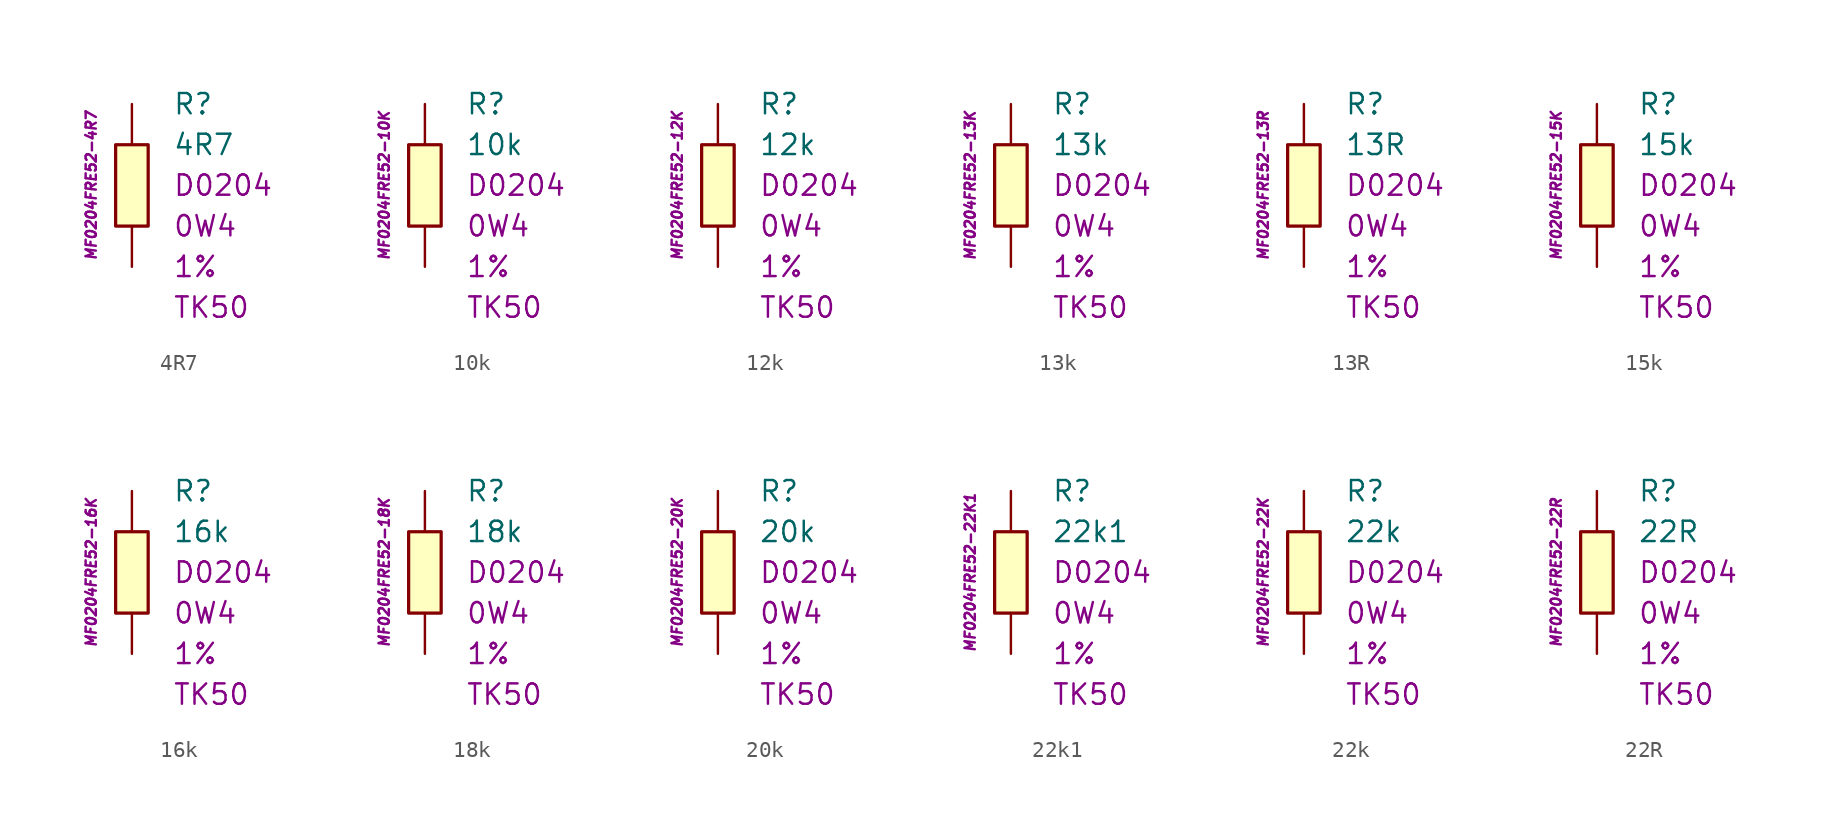
<source format=kicad_sym>
(kicad_symbol_lib
  (version 20201005)
  (generator kicad_symbol_editor)
  (symbol "4R7"
    (pin_numbers hide)
    (pin_names
      (offset 1.016) hide)
    (property "Reference" "R"
      (at 2.54 5.08 0)
      (effects (font (size 1.27 1.27)) (justify left)))
    (property "Value" "4R7"
      (at 2.54 2.54 0)
      (effects (font (size 1.27 1.27)) (justify left)))
    (property "Package" "D0204"
      (at 2.54 0 0)
      (effects (font (size 1.27 1.27)) (justify left)))
    (property "Power" "0W4"
      (at 2.54 -2.54 0)
      (effects (font (size 1.27 1.27)) (justify left)))
    (property "Tolerance" "1%"
      (at 2.54 -5.08 0)
      (effects (font (size 1.27 1.27)) (justify left)))
    (property "TK" "TK50"
      (at 2.54 -7.62 0)
      (effects (font (size 1.27 1.27)) (justify left)))
    (property "ID" "MF0204FRE52-4R7"
      (at -2.54 0 90)
      (effects (font (size 0.635 0.635) italic)))
    (symbol "4R7_0_1"
      (rectangle (start -1.016 2.54) (end 1.016 -2.54) (stroke (width 0.203)) (fill (type background))))
    (symbol "4R7_1_1"
      (pin passive line (at 0 5.08 270) (length 2.54) (name "~" (effects (font (size 1.778 1.778)))) (number "1" (effects (font (size 1.778 1.778)))))
      (pin passive line (at 0 -5.08 90) (length 2.54) (name "~" (effects (font (size 1.778 1.778)))) (number "2" (effects (font (size 1.778 1.778)))))))
  (symbol "10k"
    (pin_numbers hide)
    (pin_names
      (offset 1.016) hide)
    (property "Reference" "R"
      (at 2.54 5.08 0)
      (effects (font (size 1.27 1.27)) (justify left)))
    (property "Value" "10k"
      (at 2.54 2.54 0)
      (effects (font (size 1.27 1.27)) (justify left)))
    (property "Package" "D0204"
      (at 2.54 0 0)
      (effects (font (size 1.27 1.27)) (justify left)))
    (property "Power" "0W4"
      (at 2.54 -2.54 0)
      (effects (font (size 1.27 1.27)) (justify left)))
    (property "Tolerance" "1%"
      (at 2.54 -5.08 0)
      (effects (font (size 1.27 1.27)) (justify left)))
    (property "TK" "TK50"
      (at 2.54 -7.62 0)
      (effects (font (size 1.27 1.27)) (justify left)))
    (property "ID" "MF0204FRE52-10K"
      (at -2.54 0 90)
      (effects (font (size 0.635 0.635) italic)))
    (symbol "10k_0_1"
      (rectangle (start -1.016 2.54) (end 1.016 -2.54) (stroke (width 0.203)) (fill (type background))))
    (symbol "10k_1_1"
      (pin passive line (at 0 5.08 270) (length 2.54) (name "~" (effects (font (size 1.778 1.778)))) (number "1" (effects (font (size 1.778 1.778)))))
      (pin passive line (at 0 -5.08 90) (length 2.54) (name "~" (effects (font (size 1.778 1.778)))) (number "2" (effects (font (size 1.778 1.778)))))))
  (symbol "12k"
    (pin_numbers hide)
    (pin_names
      (offset 1.016) hide)
    (property "Reference" "R"
      (at 2.54 5.08 0)
      (effects (font (size 1.27 1.27)) (justify left)))
    (property "Value" "12k"
      (at 2.54 2.54 0)
      (effects (font (size 1.27 1.27)) (justify left)))
    (property "Package" "D0204"
      (at 2.54 0 0)
      (effects (font (size 1.27 1.27)) (justify left)))
    (property "Power" "0W4"
      (at 2.54 -2.54 0)
      (effects (font (size 1.27 1.27)) (justify left)))
    (property "Tolerance" "1%"
      (at 2.54 -5.08 0)
      (effects (font (size 1.27 1.27)) (justify left)))
    (property "TK" "TK50"
      (at 2.54 -7.62 0)
      (effects (font (size 1.27 1.27)) (justify left)))
    (property "ID" "MF0204FRE52-12K"
      (at -2.54 0 90)
      (effects (font (size 0.635 0.635) italic)))
    (symbol "12k_0_1"
      (rectangle (start -1.016 2.54) (end 1.016 -2.54) (stroke (width 0.203)) (fill (type background))))
    (symbol "12k_1_1"
      (pin passive line (at 0 5.08 270) (length 2.54) (name "~" (effects (font (size 1.778 1.778)))) (number "1" (effects (font (size 1.778 1.778)))))
      (pin passive line (at 0 -5.08 90) (length 2.54) (name "~" (effects (font (size 1.778 1.778)))) (number "2" (effects (font (size 1.778 1.778)))))))
  (symbol "13k"
    (pin_numbers hide)
    (pin_names
      (offset 1.016) hide)
    (property "Reference" "R"
      (at 2.54 5.08 0)
      (effects (font (size 1.27 1.27)) (justify left)))
    (property "Value" "13k"
      (at 2.54 2.54 0)
      (effects (font (size 1.27 1.27)) (justify left)))
    (property "Package" "D0204"
      (at 2.54 0 0)
      (effects (font (size 1.27 1.27)) (justify left)))
    (property "Power" "0W4"
      (at 2.54 -2.54 0)
      (effects (font (size 1.27 1.27)) (justify left)))
    (property "Tolerance" "1%"
      (at 2.54 -5.08 0)
      (effects (font (size 1.27 1.27)) (justify left)))
    (property "TK" "TK50"
      (at 2.54 -7.62 0)
      (effects (font (size 1.27 1.27)) (justify left)))
    (property "ID" "MF0204FRE52-13K"
      (at -2.54 0 90)
      (effects (font (size 0.635 0.635) italic)))
    (symbol "13k_0_1"
      (rectangle (start -1.016 2.54) (end 1.016 -2.54) (stroke (width 0.203)) (fill (type background))))
    (symbol "13k_1_1"
      (pin passive line (at 0 5.08 270) (length 2.54) (name "~" (effects (font (size 1.778 1.778)))) (number "1" (effects (font (size 1.778 1.778)))))
      (pin passive line (at 0 -5.08 90) (length 2.54) (name "~" (effects (font (size 1.778 1.778)))) (number "2" (effects (font (size 1.778 1.778)))))))
  (symbol "13R"
    (pin_numbers hide)
    (pin_names
      (offset 1.016) hide)
    (property "Reference" "R"
      (at 2.54 5.08 0)
      (effects (font (size 1.27 1.27)) (justify left)))
    (property "Value" "13R"
      (at 2.54 2.54 0)
      (effects (font (size 1.27 1.27)) (justify left)))
    (property "Package" "D0204"
      (at 2.54 0 0)
      (effects (font (size 1.27 1.27)) (justify left)))
    (property "Power" "0W4"
      (at 2.54 -2.54 0)
      (effects (font (size 1.27 1.27)) (justify left)))
    (property "Tolerance" "1%"
      (at 2.54 -5.08 0)
      (effects (font (size 1.27 1.27)) (justify left)))
    (property "TK" "TK50"
      (at 2.54 -7.62 0)
      (effects (font (size 1.27 1.27)) (justify left)))
    (property "ID" "MF0204FRE52-13R"
      (at -2.54 0 90)
      (effects (font (size 0.635 0.635) italic)))
    (symbol "13R_0_1"
      (rectangle (start -1.016 2.54) (end 1.016 -2.54) (stroke (width 0.203)) (fill (type background))))
    (symbol "13R_1_1"
      (pin passive line (at 0 5.08 270) (length 2.54) (name "~" (effects (font (size 1.778 1.778)))) (number "1" (effects (font (size 1.778 1.778)))))
      (pin passive line (at 0 -5.08 90) (length 2.54) (name "~" (effects (font (size 1.778 1.778)))) (number "2" (effects (font (size 1.778 1.778)))))))
  (symbol "15k"
    (pin_numbers hide)
    (pin_names
      (offset 1.016) hide)
    (property "Reference" "R"
      (at 2.54 5.08 0)
      (effects (font (size 1.27 1.27)) (justify left)))
    (property "Value" "15k"
      (at 2.54 2.54 0)
      (effects (font (size 1.27 1.27)) (justify left)))
    (property "Package" "D0204"
      (at 2.54 0 0)
      (effects (font (size 1.27 1.27)) (justify left)))
    (property "Power" "0W4"
      (at 2.54 -2.54 0)
      (effects (font (size 1.27 1.27)) (justify left)))
    (property "Tolerance" "1%"
      (at 2.54 -5.08 0)
      (effects (font (size 1.27 1.27)) (justify left)))
    (property "TK" "TK50"
      (at 2.54 -7.62 0)
      (effects (font (size 1.27 1.27)) (justify left)))
    (property "ID" "MF0204FRE52-15K"
      (at -2.54 0 90)
      (effects (font (size 0.635 0.635) italic)))
    (symbol "15k_0_1"
      (rectangle (start -1.016 2.54) (end 1.016 -2.54) (stroke (width 0.203)) (fill (type background))))
    (symbol "15k_1_1"
      (pin passive line (at 0 5.08 270) (length 2.54) (name "~" (effects (font (size 1.778 1.778)))) (number "1" (effects (font (size 1.778 1.778)))))
      (pin passive line (at 0 -5.08 90) (length 2.54) (name "~" (effects (font (size 1.778 1.778)))) (number "2" (effects (font (size 1.778 1.778)))))))
  (symbol "16k"
    (pin_numbers hide)
    (pin_names
      (offset 1.016) hide)
    (property "Reference" "R"
      (at 2.54 5.08 0)
      (effects (font (size 1.27 1.27)) (justify left)))
    (property "Value" "16k"
      (at 2.54 2.54 0)
      (effects (font (size 1.27 1.27)) (justify left)))
    (property "Package" "D0204"
      (at 2.54 0 0)
      (effects (font (size 1.27 1.27)) (justify left)))
    (property "Power" "0W4"
      (at 2.54 -2.54 0)
      (effects (font (size 1.27 1.27)) (justify left)))
    (property "Tolerance" "1%"
      (at 2.54 -5.08 0)
      (effects (font (size 1.27 1.27)) (justify left)))
    (property "TK" "TK50"
      (at 2.54 -7.62 0)
      (effects (font (size 1.27 1.27)) (justify left)))
    (property "ID" "MF0204FRE52-16K"
      (at -2.54 0 90)
      (effects (font (size 0.635 0.635) italic)))
    (symbol "16k_0_1"
      (rectangle (start -1.016 2.54) (end 1.016 -2.54) (stroke (width 0.203)) (fill (type background))))
    (symbol "16k_1_1"
      (pin passive line (at 0 5.08 270) (length 2.54) (name "~" (effects (font (size 1.778 1.778)))) (number "1" (effects (font (size 1.778 1.778)))))
      (pin passive line (at 0 -5.08 90) (length 2.54) (name "~" (effects (font (size 1.778 1.778)))) (number "2" (effects (font (size 1.778 1.778)))))))
  (symbol "18k"
    (pin_numbers hide)
    (pin_names
      (offset 1.016) hide)
    (property "Reference" "R"
      (at 2.54 5.08 0)
      (effects (font (size 1.27 1.27)) (justify left)))
    (property "Value" "18k"
      (at 2.54 2.54 0)
      (effects (font (size 1.27 1.27)) (justify left)))
    (property "Package" "D0204"
      (at 2.54 0 0)
      (effects (font (size 1.27 1.27)) (justify left)))
    (property "Power" "0W4"
      (at 2.54 -2.54 0)
      (effects (font (size 1.27 1.27)) (justify left)))
    (property "Tolerance" "1%"
      (at 2.54 -5.08 0)
      (effects (font (size 1.27 1.27)) (justify left)))
    (property "TK" "TK50"
      (at 2.54 -7.62 0)
      (effects (font (size 1.27 1.27)) (justify left)))
    (property "ID" "MF0204FRE52-18K"
      (at -2.54 0 90)
      (effects (font (size 0.635 0.635) italic)))
    (symbol "18k_0_1"
      (rectangle (start -1.016 2.54) (end 1.016 -2.54) (stroke (width 0.203)) (fill (type background))))
    (symbol "18k_1_1"
      (pin passive line (at 0 5.08 270) (length 2.54) (name "~" (effects (font (size 1.778 1.778)))) (number "1" (effects (font (size 1.778 1.778)))))
      (pin passive line (at 0 -5.08 90) (length 2.54) (name "~" (effects (font (size 1.778 1.778)))) (number "2" (effects (font (size 1.778 1.778)))))))
  (symbol "20k"
    (pin_numbers hide)
    (pin_names
      (offset 1.016) hide)
    (property "Reference" "R"
      (at 2.54 5.08 0)
      (effects (font (size 1.27 1.27)) (justify left)))
    (property "Value" "20k"
      (at 2.54 2.54 0)
      (effects (font (size 1.27 1.27)) (justify left)))
    (property "Package" "D0204"
      (at 2.54 0 0)
      (effects (font (size 1.27 1.27)) (justify left)))
    (property "Power" "0W4"
      (at 2.54 -2.54 0)
      (effects (font (size 1.27 1.27)) (justify left)))
    (property "Tolerance" "1%"
      (at 2.54 -5.08 0)
      (effects (font (size 1.27 1.27)) (justify left)))
    (property "TK" "TK50"
      (at 2.54 -7.62 0)
      (effects (font (size 1.27 1.27)) (justify left)))
    (property "ID" "MF0204FRE52-20K"
      (at -2.54 0 90)
      (effects (font (size 0.635 0.635) italic)))
    (symbol "20k_0_1"
      (rectangle (start -1.016 2.54) (end 1.016 -2.54) (stroke (width 0.203)) (fill (type background))))
    (symbol "20k_1_1"
      (pin passive line (at 0 5.08 270) (length 2.54) (name "~" (effects (font (size 1.778 1.778)))) (number "1" (effects (font (size 1.778 1.778)))))
      (pin passive line (at 0 -5.08 90) (length 2.54) (name "~" (effects (font (size 1.778 1.778)))) (number "2" (effects (font (size 1.778 1.778)))))))
  (symbol "22k1"
    (pin_numbers hide)
    (pin_names
      (offset 1.016) hide)
    (property "Reference" "R"
      (at 2.54 5.08 0)
      (effects (font (size 1.27 1.27)) (justify left)))
    (property "Value" "22k1"
      (at 2.54 2.54 0)
      (effects (font (size 1.27 1.27)) (justify left)))
    (property "Package" "D0204"
      (at 2.54 0 0)
      (effects (font (size 1.27 1.27)) (justify left)))
    (property "Power" "0W4"
      (at 2.54 -2.54 0)
      (effects (font (size 1.27 1.27)) (justify left)))
    (property "Tolerance" "1%"
      (at 2.54 -5.08 0)
      (effects (font (size 1.27 1.27)) (justify left)))
    (property "TK" "TK50"
      (at 2.54 -7.62 0)
      (effects (font (size 1.27 1.27)) (justify left)))
    (property "ID" "MF0204FRE52-22K1"
      (at -2.54 0 90)
      (effects (font (size 0.635 0.635) italic)))
    (symbol "22k1_0_1"
      (rectangle (start -1.016 2.54) (end 1.016 -2.54) (stroke (width 0.203)) (fill (type background))))
    (symbol "22k1_1_1"
      (pin passive line (at 0 5.08 270) (length 2.54) (name "~" (effects (font (size 1.778 1.778)))) (number "1" (effects (font (size 1.778 1.778)))))
      (pin passive line (at 0 -5.08 90) (length 2.54) (name "~" (effects (font (size 1.778 1.778)))) (number "2" (effects (font (size 1.778 1.778)))))))
  (symbol "22k"
    (pin_numbers hide)
    (pin_names
      (offset 1.016) hide)
    (property "Reference" "R"
      (at 2.54 5.08 0)
      (effects (font (size 1.27 1.27)) (justify left)))
    (property "Value" "22k"
      (at 2.54 2.54 0)
      (effects (font (size 1.27 1.27)) (justify left)))
    (property "Package" "D0204"
      (at 2.54 0 0)
      (effects (font (size 1.27 1.27)) (justify left)))
    (property "Power" "0W4"
      (at 2.54 -2.54 0)
      (effects (font (size 1.27 1.27)) (justify left)))
    (property "Tolerance" "1%"
      (at 2.54 -5.08 0)
      (effects (font (size 1.27 1.27)) (justify left)))
    (property "TK" "TK50"
      (at 2.54 -7.62 0)
      (effects (font (size 1.27 1.27)) (justify left)))
    (property "ID" "MF0204FRE52-22K"
      (at -2.54 0 90)
      (effects (font (size 0.635 0.635) italic)))
    (symbol "22k_0_1"
      (rectangle (start -1.016 2.54) (end 1.016 -2.54) (stroke (width 0.203)) (fill (type background))))
    (symbol "22k_1_1"
      (pin passive line (at 0 5.08 270) (length 2.54) (name "~" (effects (font (size 1.778 1.778)))) (number "1" (effects (font (size 1.778 1.778)))))
      (pin passive line (at 0 -5.08 90) (length 2.54) (name "~" (effects (font (size 1.778 1.778)))) (number "2" (effects (font (size 1.778 1.778)))))))
  (symbol "22R"
    (pin_numbers hide)
    (pin_names
      (offset 1.016) hide)
    (property "Reference" "R"
      (at 2.54 5.08 0)
      (effects (font (size 1.27 1.27)) (justify left)))
    (property "Value" "22R"
      (at 2.54 2.54 0)
      (effects (font (size 1.27 1.27)) (justify left)))
    (property "Package" "D0204"
      (at 2.54 0 0)
      (effects (font (size 1.27 1.27)) (justify left)))
    (property "Power" "0W4"
      (at 2.54 -2.54 0)
      (effects (font (size 1.27 1.27)) (justify left)))
    (property "Tolerance" "1%"
      (at 2.54 -5.08 0)
      (effects (font (size 1.27 1.27)) (justify left)))
    (property "TK" "TK50"
      (at 2.54 -7.62 0)
      (effects (font (size 1.27 1.27)) (justify left)))
    (property "ID" "MF0204FRE52-22R"
      (at -2.54 0 90)
      (effects (font (size 0.635 0.635) italic)))
    (symbol "22R_0_1"
      (rectangle (start -1.016 2.54) (end 1.016 -2.54) (stroke (width 0.203)) (fill (type background))))
    (symbol "22R_1_1"
      (pin passive line (at 0 5.08 270) (length 2.54) (name "~" (effects (font (size 1.778 1.778)))) (number "1" (effects (font (size 1.778 1.778)))))
      (pin passive line (at 0 -5.08 90) (length 2.54) (name "~" (effects (font (size 1.778 1.778)))) (number "2" (effects (font (size 1.778 1.778))))))))
</source>
